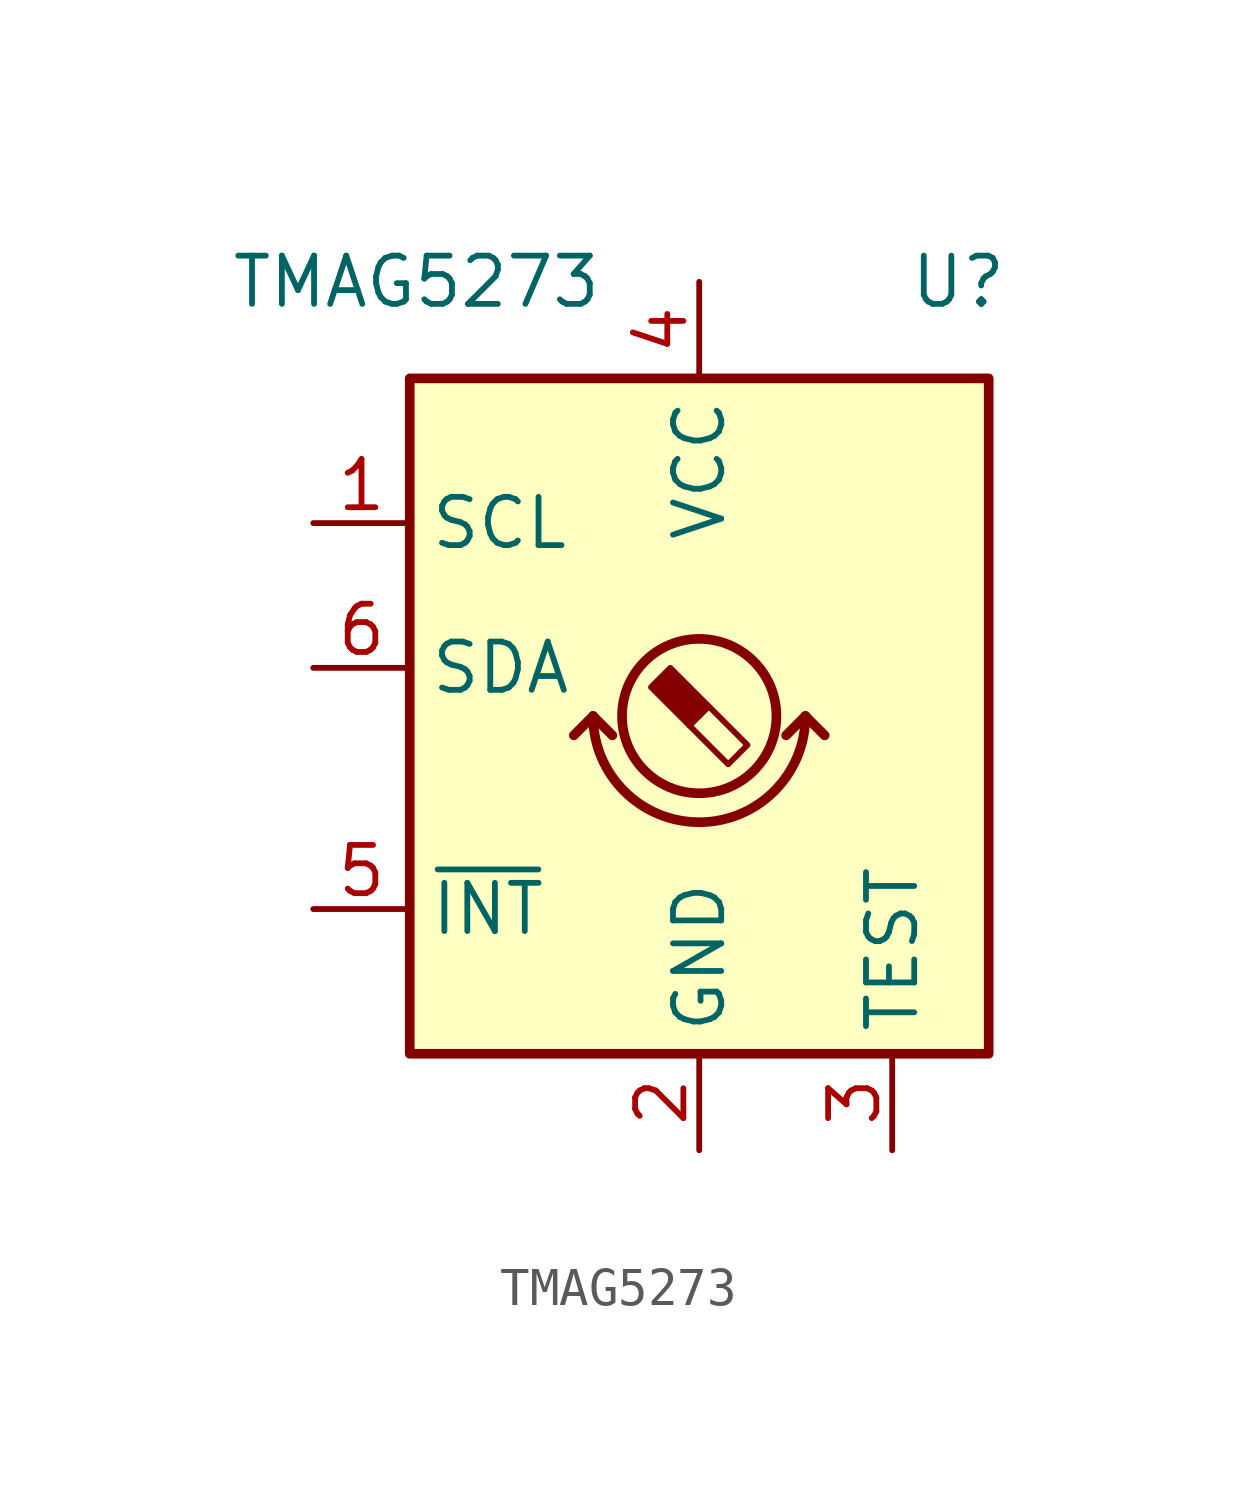
<source format=kicad_sym>
(kicad_symbol_lib
  (version 20231120)
  (generator "kicad_symbol_editor")
  (generator_version "8.0")
  (symbol "TMAG5273"
    (property "Reference" "U"
      (at 8.128 11.43 0)
      (effects (font (size 1.27 1.27)) (justify right)))
    (property "Value" "TMAG5273"
      (at -2.54 11.43 0)
      (effects (font (size 1.27 1.27)) (justify right)))
    (symbol "TMAG5273_0_1"
      (rectangle (start -7.62 8.89) (end 7.62 -8.89) (stroke (width 0.254) (type default)) (fill (type background)))
      (arc (start -2.794 0) (mid 0 -2.7819) (end 2.794 0) (stroke (width 0.254) (type default)) (fill (type none)))
      (polyline (pts (xy -2.794 0) (xy -3.302 -0.508)) (stroke (width 0.254) (type default)) (fill (type none)))
      (polyline (pts (xy -2.794 0) (xy -2.286 -0.508)) (stroke (width 0.254) (type default)) (fill (type none)))
      (polyline (pts (xy 2.794 0) (xy 2.286 -0.508)) (stroke (width 0.254) (type default)) (fill (type none)))
      (polyline (pts (xy 2.794 0) (xy 3.302 -0.508)) (stroke (width 0.254) (type default)) (fill (type none))))
    (symbol "TMAG5273_1_1"
      (polyline (pts (xy 0.254 0.254) (xy 1.27 -0.762) (xy 0.762 -1.27) (xy -0.254 -0.254)) (stroke (width 0) (type default)) (fill (type none)))
      (polyline (pts (xy -0.762 1.27) (xy 0.254 0.254) (xy -0.254 -0.254) (xy -1.27 0.762) (xy -1.016 1.016) (xy -0.762 1.27) (xy -0.635 1.143)) (stroke (width 0) (type default)) (fill (type outline)))
      (circle (center 0 0) (radius 2.032) (stroke (width 0.254) (type default)) (fill (type none)))
      (pin tri_state line (at -10.16 5.08 0) (length 2.54) (name "SCL" (effects (font (size 1.27 1.27)))) (number "1" (effects (font (size 1.27 1.27)))))
      (pin power_in line (at 0 -11.43 90) (length 2.54) (name "GND" (effects (font (size 1.27 1.27)))) (number "2" (effects (font (size 1.27 1.27)))))
      (pin passive line (at 5.08 -11.43 90) (length 2.54) (name "TEST" (effects (font (size 1.27 1.27)))) (number "3" (effects (font (size 1.27 1.27)))))
      (pin power_in line (at 0 11.43 270) (length 2.54) (name "VCC" (effects (font (size 1.27 1.27)))) (number "4" (effects (font (size 1.27 1.27)))))
      (pin tri_state line (at -10.16 -5.08 0) (length 2.54) (name "~{INT}" (effects (font (size 1.27 1.27)))) (number "5" (effects (font (size 1.27 1.27)))))
      (pin tri_state line (at -10.16 1.27 0) (length 2.54) (name "SDA" (effects (font (size 1.27 1.27)))) (number "6" (effects (font (size 1.27 1.27))))))))
</source>
